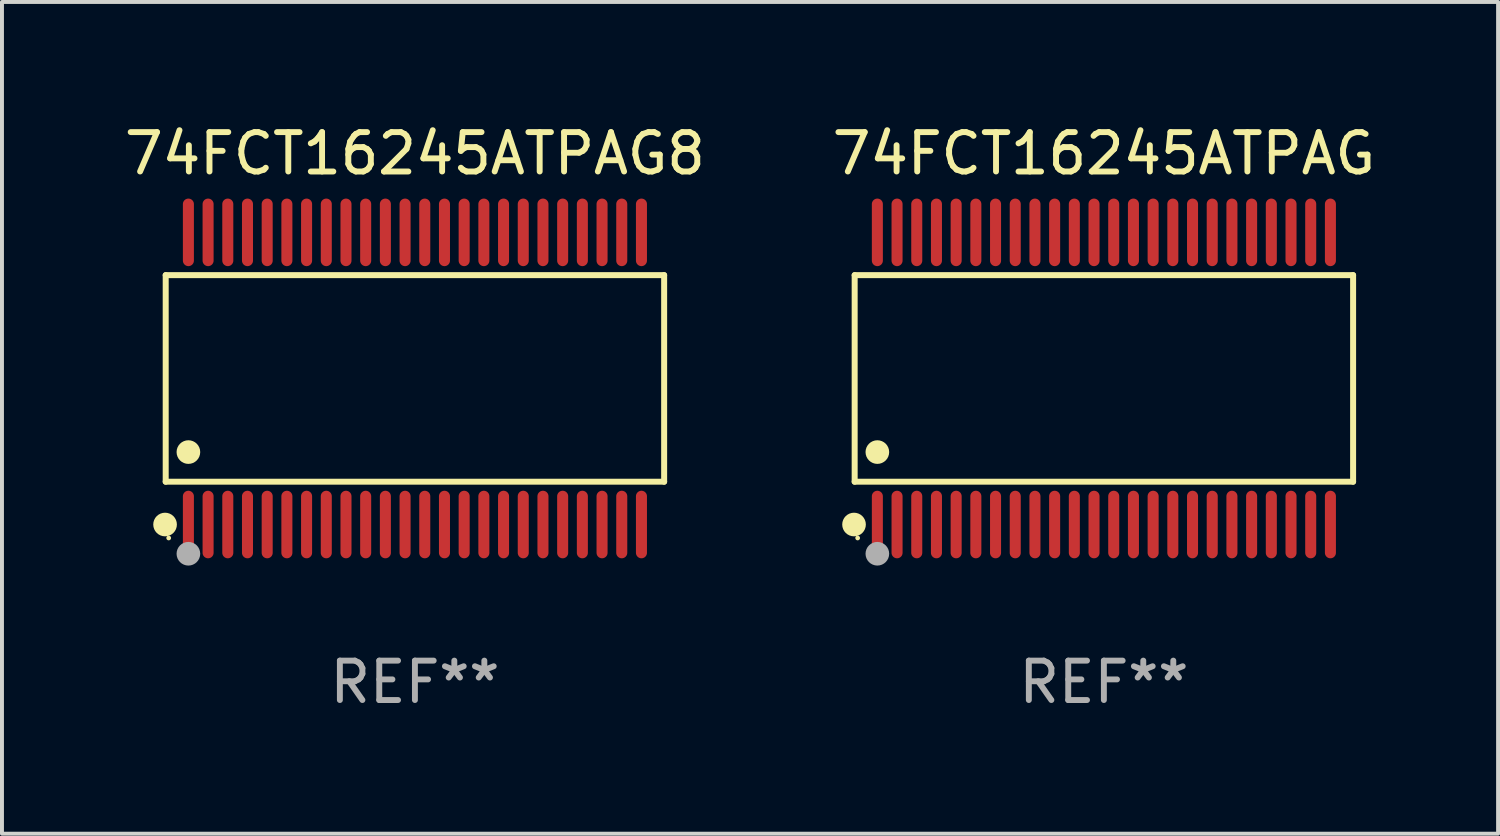
<source format=kicad_pcb>
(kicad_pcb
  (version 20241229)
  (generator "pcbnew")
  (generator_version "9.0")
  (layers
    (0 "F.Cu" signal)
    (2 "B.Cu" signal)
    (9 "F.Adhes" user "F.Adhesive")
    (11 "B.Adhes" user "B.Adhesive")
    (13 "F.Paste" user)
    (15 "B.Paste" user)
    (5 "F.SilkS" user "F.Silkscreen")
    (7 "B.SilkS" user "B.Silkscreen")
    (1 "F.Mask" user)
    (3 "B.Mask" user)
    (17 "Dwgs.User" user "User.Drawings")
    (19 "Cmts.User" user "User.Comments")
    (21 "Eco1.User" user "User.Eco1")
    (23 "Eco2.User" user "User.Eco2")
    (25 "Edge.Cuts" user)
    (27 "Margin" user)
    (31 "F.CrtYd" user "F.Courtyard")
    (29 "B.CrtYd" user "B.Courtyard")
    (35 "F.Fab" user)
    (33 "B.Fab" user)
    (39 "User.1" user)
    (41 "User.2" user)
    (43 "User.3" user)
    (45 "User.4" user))
  (footprint "74FCT16245ATPAG"
    (layer "F.Cu")
    (at 24.97 6.556)
    (property "Reference" "74FCT16245ATPAG" (at 0 -5.708 0) (layer "F.SilkS") (effects (font (size 1 1) (thickness 0.15))))
    (attr through_hole)
    (fp_line (start -6.326 -2.622) (end 6.326 -2.622) (stroke (width 0.152) (type solid)) (layer "F.SilkS"))
    (fp_line (start -6.326 2.621) (end -6.326 -2.622) (stroke (width 0.152) (type solid)) (layer "F.SilkS"))
    (fp_line (start 6.326 -2.622) (end 6.326 2.621) (stroke (width 0.152) (type solid)) (layer "F.SilkS"))
    (fp_line (start 6.326 2.621) (end -6.326 2.621) (stroke (width 0.152) (type solid)) (layer "F.SilkS"))
    (fp_circle (center -6.342 3.708) (end -6.192 3.708) (stroke (width 0.3) (type solid)) (fill no) (layer "F.SilkS"))
    (fp_circle (center -6.25 4.05) (end -6.22 4.05) (stroke (width 0.06) (type solid)) (fill no) (layer "F.SilkS"))
    (fp_circle (center -5.75 1.869) (end -5.6 1.869) (stroke (width 0.3) (type solid)) (fill no) (layer "F.SilkS"))
    (fp_circle (center -5.75 4.45) (end -5.6 4.45) (stroke (width 0.3) (type solid)) (fill no) (layer "F.Fab"))
    (fp_text user "REF**" (at 0 7.708 0) (layer "F.Fab") (effects (font (size 1 1) (thickness 0.15))))
    (pad "1" smd oval (at -5.75 3.708) (size 0.28 1.715) (layers "F.Cu" "F.Mask" "F.Paste"))
    (pad "2" smd oval (at -5.25 3.708) (size 0.28 1.715) (layers "F.Cu" "F.Mask" "F.Paste"))
    (pad "3" smd oval (at -4.75 3.708) (size 0.28 1.715) (layers "F.Cu" "F.Mask" "F.Paste"))
    (pad "4" smd oval (at -4.25 3.708) (size 0.28 1.715) (layers "F.Cu" "F.Mask" "F.Paste"))
    (pad "5" smd oval (at -3.75 3.708) (size 0.28 1.715) (layers "F.Cu" "F.Mask" "F.Paste"))
    (pad "6" smd oval (at -3.25 3.708) (size 0.28 1.715) (layers "F.Cu" "F.Mask" "F.Paste"))
    (pad "7" smd oval (at -2.75 3.708) (size 0.28 1.715) (layers "F.Cu" "F.Mask" "F.Paste"))
    (pad "8" smd oval (at -2.25 3.708) (size 0.28 1.715) (layers "F.Cu" "F.Mask" "F.Paste"))
    (pad "9" smd oval (at -1.75 3.708) (size 0.28 1.715) (layers "F.Cu" "F.Mask" "F.Paste"))
    (pad "10" smd oval (at -1.25 3.708) (size 0.28 1.715) (layers "F.Cu" "F.Mask" "F.Paste"))
    (pad "11" smd oval (at -0.75 3.708) (size 0.28 1.715) (layers "F.Cu" "F.Mask" "F.Paste"))
    (pad "12" smd oval (at -0.25 3.708) (size 0.28 1.715) (layers "F.Cu" "F.Mask" "F.Paste"))
    (pad "13" smd oval (at 0.25 3.708) (size 0.28 1.715) (layers "F.Cu" "F.Mask" "F.Paste"))
    (pad "14" smd oval (at 0.75 3.708) (size 0.28 1.715) (layers "F.Cu" "F.Mask" "F.Paste"))
    (pad "15" smd oval (at 1.25 3.708) (size 0.28 1.715) (layers "F.Cu" "F.Mask" "F.Paste"))
    (pad "16" smd oval (at 1.75 3.708) (size 0.28 1.715) (layers "F.Cu" "F.Mask" "F.Paste"))
    (pad "17" smd oval (at 2.25 3.708) (size 0.28 1.715) (layers "F.Cu" "F.Mask" "F.Paste"))
    (pad "18" smd oval (at 2.75 3.708) (size 0.28 1.715) (layers "F.Cu" "F.Mask" "F.Paste"))
    (pad "19" smd oval (at 3.25 3.708) (size 0.28 1.715) (layers "F.Cu" "F.Mask" "F.Paste"))
    (pad "20" smd oval (at 3.75 3.708) (size 0.28 1.715) (layers "F.Cu" "F.Mask" "F.Paste"))
    (pad "21" smd oval (at 4.25 3.708) (size 0.28 1.715) (layers "F.Cu" "F.Mask" "F.Paste"))
    (pad "22" smd oval (at 4.75 3.708) (size 0.28 1.715) (layers "F.Cu" "F.Mask" "F.Paste"))
    (pad "23" smd oval (at 5.25 3.708) (size 0.28 1.715) (layers "F.Cu" "F.Mask" "F.Paste"))
    (pad "24" smd oval (at 5.75 3.708) (size 0.28 1.715) (layers "F.Cu" "F.Mask" "F.Paste"))
    (pad "25" smd oval (at 5.75 -3.708) (size 0.28 1.715) (layers "F.Cu" "F.Mask" "F.Paste"))
    (pad "26" smd oval (at 5.25 -3.708) (size 0.28 1.715) (layers "F.Cu" "F.Mask" "F.Paste"))
    (pad "27" smd oval (at 4.75 -3.708) (size 0.28 1.715) (layers "F.Cu" "F.Mask" "F.Paste"))
    (pad "28" smd oval (at 4.25 -3.708) (size 0.28 1.715) (layers "F.Cu" "F.Mask" "F.Paste"))
    (pad "29" smd oval (at 3.75 -3.708) (size 0.28 1.715) (layers "F.Cu" "F.Mask" "F.Paste"))
    (pad "30" smd oval (at 3.25 -3.708) (size 0.28 1.715) (layers "F.Cu" "F.Mask" "F.Paste"))
    (pad "31" smd oval (at 2.75 -3.708) (size 0.28 1.715) (layers "F.Cu" "F.Mask" "F.Paste"))
    (pad "32" smd oval (at 2.25 -3.708) (size 0.28 1.715) (layers "F.Cu" "F.Mask" "F.Paste"))
    (pad "33" smd oval (at 1.75 -3.708) (size 0.28 1.715) (layers "F.Cu" "F.Mask" "F.Paste"))
    (pad "34" smd oval (at 1.25 -3.708) (size 0.28 1.715) (layers "F.Cu" "F.Mask" "F.Paste"))
    (pad "35" smd oval (at 0.75 -3.708) (size 0.28 1.715) (layers "F.Cu" "F.Mask" "F.Paste"))
    (pad "36" smd oval (at 0.25 -3.708) (size 0.28 1.715) (layers "F.Cu" "F.Mask" "F.Paste"))
    (pad "37" smd oval (at -0.25 -3.708) (size 0.28 1.715) (layers "F.Cu" "F.Mask" "F.Paste"))
    (pad "38" smd oval (at -0.75 -3.708) (size 0.28 1.715) (layers "F.Cu" "F.Mask" "F.Paste"))
    (pad "39" smd oval (at -1.25 -3.708) (size 0.28 1.715) (layers "F.Cu" "F.Mask" "F.Paste"))
    (pad "40" smd oval (at -1.75 -3.708) (size 0.28 1.715) (layers "F.Cu" "F.Mask" "F.Paste"))
    (pad "41" smd oval (at -2.25 -3.708) (size 0.28 1.715) (layers "F.Cu" "F.Mask" "F.Paste"))
    (pad "42" smd oval (at -2.75 -3.708) (size 0.28 1.715) (layers "F.Cu" "F.Mask" "F.Paste"))
    (pad "43" smd oval (at -3.25 -3.708) (size 0.28 1.715) (layers "F.Cu" "F.Mask" "F.Paste"))
    (pad "44" smd oval (at -3.75 -3.708) (size 0.28 1.715) (layers "F.Cu" "F.Mask" "F.Paste"))
    (pad "45" smd oval (at -4.25 -3.708) (size 0.28 1.715) (layers "F.Cu" "F.Mask" "F.Paste"))
    (pad "46" smd oval (at -4.75 -3.708) (size 0.28 1.715) (layers "F.Cu" "F.Mask" "F.Paste"))
    (pad "47" smd oval (at -5.25 -3.708) (size 0.28 1.715) (layers "F.Cu" "F.Mask" "F.Paste"))
    (pad "48" smd oval (at -5.75 -3.708) (size 0.28 1.715) (layers "F.Cu" "F.Mask" "F.Paste")))
  (footprint "74FCT16245ATPAG8"
    (layer "F.Cu")
    (at 7.482 6.556)
    (property "Reference" "74FCT16245ATPAG8" (at 0 -5.708 0) (layer "F.SilkS") (effects (font (size 1 1) (thickness 0.15))))
    (attr through_hole)
    (fp_line (start -6.326 -2.622) (end 6.326 -2.622) (stroke (width 0.152) (type solid)) (layer "F.SilkS"))
    (fp_line (start -6.326 2.621) (end -6.326 -2.622) (stroke (width 0.152) (type solid)) (layer "F.SilkS"))
    (fp_line (start 6.326 -2.622) (end 6.326 2.621) (stroke (width 0.152) (type solid)) (layer "F.SilkS"))
    (fp_line (start 6.326 2.621) (end -6.326 2.621) (stroke (width 0.152) (type solid)) (layer "F.SilkS"))
    (fp_circle (center -6.342 3.708) (end -6.192 3.708) (stroke (width 0.3) (type solid)) (fill no) (layer "F.SilkS"))
    (fp_circle (center -6.25 4.05) (end -6.22 4.05) (stroke (width 0.06) (type solid)) (fill no) (layer "F.SilkS"))
    (fp_circle (center -5.75 1.869) (end -5.6 1.869) (stroke (width 0.3) (type solid)) (fill no) (layer "F.SilkS"))
    (fp_circle (center -5.75 4.45) (end -5.6 4.45) (stroke (width 0.3) (type solid)) (fill no) (layer "F.Fab"))
    (fp_text user "REF**" (at 0 7.708 0) (layer "F.Fab") (effects (font (size 1 1) (thickness 0.15))))
    (pad "1" smd oval (at -5.75 3.708) (size 0.28 1.715) (layers "F.Cu" "F.Mask" "F.Paste"))
    (pad "2" smd oval (at -5.25 3.708) (size 0.28 1.715) (layers "F.Cu" "F.Mask" "F.Paste"))
    (pad "3" smd oval (at -4.75 3.708) (size 0.28 1.715) (layers "F.Cu" "F.Mask" "F.Paste"))
    (pad "4" smd oval (at -4.25 3.708) (size 0.28 1.715) (layers "F.Cu" "F.Mask" "F.Paste"))
    (pad "5" smd oval (at -3.75 3.708) (size 0.28 1.715) (layers "F.Cu" "F.Mask" "F.Paste"))
    (pad "6" smd oval (at -3.25 3.708) (size 0.28 1.715) (layers "F.Cu" "F.Mask" "F.Paste"))
    (pad "7" smd oval (at -2.75 3.708) (size 0.28 1.715) (layers "F.Cu" "F.Mask" "F.Paste"))
    (pad "8" smd oval (at -2.25 3.708) (size 0.28 1.715) (layers "F.Cu" "F.Mask" "F.Paste"))
    (pad "9" smd oval (at -1.75 3.708) (size 0.28 1.715) (layers "F.Cu" "F.Mask" "F.Paste"))
    (pad "10" smd oval (at -1.25 3.708) (size 0.28 1.715) (layers "F.Cu" "F.Mask" "F.Paste"))
    (pad "11" smd oval (at -0.75 3.708) (size 0.28 1.715) (layers "F.Cu" "F.Mask" "F.Paste"))
    (pad "12" smd oval (at -0.25 3.708) (size 0.28 1.715) (layers "F.Cu" "F.Mask" "F.Paste"))
    (pad "13" smd oval (at 0.25 3.708) (size 0.28 1.715) (layers "F.Cu" "F.Mask" "F.Paste"))
    (pad "14" smd oval (at 0.75 3.708) (size 0.28 1.715) (layers "F.Cu" "F.Mask" "F.Paste"))
    (pad "15" smd oval (at 1.25 3.708) (size 0.28 1.715) (layers "F.Cu" "F.Mask" "F.Paste"))
    (pad "16" smd oval (at 1.75 3.708) (size 0.28 1.715) (layers "F.Cu" "F.Mask" "F.Paste"))
    (pad "17" smd oval (at 2.25 3.708) (size 0.28 1.715) (layers "F.Cu" "F.Mask" "F.Paste"))
    (pad "18" smd oval (at 2.75 3.708) (size 0.28 1.715) (layers "F.Cu" "F.Mask" "F.Paste"))
    (pad "19" smd oval (at 3.25 3.708) (size 0.28 1.715) (layers "F.Cu" "F.Mask" "F.Paste"))
    (pad "20" smd oval (at 3.75 3.708) (size 0.28 1.715) (layers "F.Cu" "F.Mask" "F.Paste"))
    (pad "21" smd oval (at 4.25 3.708) (size 0.28 1.715) (layers "F.Cu" "F.Mask" "F.Paste"))
    (pad "22" smd oval (at 4.75 3.708) (size 0.28 1.715) (layers "F.Cu" "F.Mask" "F.Paste"))
    (pad "23" smd oval (at 5.25 3.708) (size 0.28 1.715) (layers "F.Cu" "F.Mask" "F.Paste"))
    (pad "24" smd oval (at 5.75 3.708) (size 0.28 1.715) (layers "F.Cu" "F.Mask" "F.Paste"))
    (pad "25" smd oval (at 5.75 -3.708) (size 0.28 1.715) (layers "F.Cu" "F.Mask" "F.Paste"))
    (pad "26" smd oval (at 5.25 -3.708) (size 0.28 1.715) (layers "F.Cu" "F.Mask" "F.Paste"))
    (pad "27" smd oval (at 4.75 -3.708) (size 0.28 1.715) (layers "F.Cu" "F.Mask" "F.Paste"))
    (pad "28" smd oval (at 4.25 -3.708) (size 0.28 1.715) (layers "F.Cu" "F.Mask" "F.Paste"))
    (pad "29" smd oval (at 3.75 -3.708) (size 0.28 1.715) (layers "F.Cu" "F.Mask" "F.Paste"))
    (pad "30" smd oval (at 3.25 -3.708) (size 0.28 1.715) (layers "F.Cu" "F.Mask" "F.Paste"))
    (pad "31" smd oval (at 2.75 -3.708) (size 0.28 1.715) (layers "F.Cu" "F.Mask" "F.Paste"))
    (pad "32" smd oval (at 2.25 -3.708) (size 0.28 1.715) (layers "F.Cu" "F.Mask" "F.Paste"))
    (pad "33" smd oval (at 1.75 -3.708) (size 0.28 1.715) (layers "F.Cu" "F.Mask" "F.Paste"))
    (pad "34" smd oval (at 1.25 -3.708) (size 0.28 1.715) (layers "F.Cu" "F.Mask" "F.Paste"))
    (pad "35" smd oval (at 0.75 -3.708) (size 0.28 1.715) (layers "F.Cu" "F.Mask" "F.Paste"))
    (pad "36" smd oval (at 0.25 -3.708) (size 0.28 1.715) (layers "F.Cu" "F.Mask" "F.Paste"))
    (pad "37" smd oval (at -0.25 -3.708) (size 0.28 1.715) (layers "F.Cu" "F.Mask" "F.Paste"))
    (pad "38" smd oval (at -0.75 -3.708) (size 0.28 1.715) (layers "F.Cu" "F.Mask" "F.Paste"))
    (pad "39" smd oval (at -1.25 -3.708) (size 0.28 1.715) (layers "F.Cu" "F.Mask" "F.Paste"))
    (pad "40" smd oval (at -1.75 -3.708) (size 0.28 1.715) (layers "F.Cu" "F.Mask" "F.Paste"))
    (pad "41" smd oval (at -2.25 -3.708) (size 0.28 1.715) (layers "F.Cu" "F.Mask" "F.Paste"))
    (pad "42" smd oval (at -2.75 -3.708) (size 0.28 1.715) (layers "F.Cu" "F.Mask" "F.Paste"))
    (pad "43" smd oval (at -3.25 -3.708) (size 0.28 1.715) (layers "F.Cu" "F.Mask" "F.Paste"))
    (pad "44" smd oval (at -3.75 -3.708) (size 0.28 1.715) (layers "F.Cu" "F.Mask" "F.Paste"))
    (pad "45" smd oval (at -4.25 -3.708) (size 0.28 1.715) (layers "F.Cu" "F.Mask" "F.Paste"))
    (pad "46" smd oval (at -4.75 -3.708) (size 0.28 1.715) (layers "F.Cu" "F.Mask" "F.Paste"))
    (pad "47" smd oval (at -5.25 -3.708) (size 0.28 1.715) (layers "F.Cu" "F.Mask" "F.Paste"))
    (pad "48" smd oval (at -5.75 -3.708) (size 0.28 1.715) (layers "F.Cu" "F.Mask" "F.Paste")))
  (gr_rect
    (start -3 -3)
    (end 34.976 18.112)
    (stroke (width 0.1) (type default))
    (fill no)
    (layer "Edge.Cuts")))
</source>
